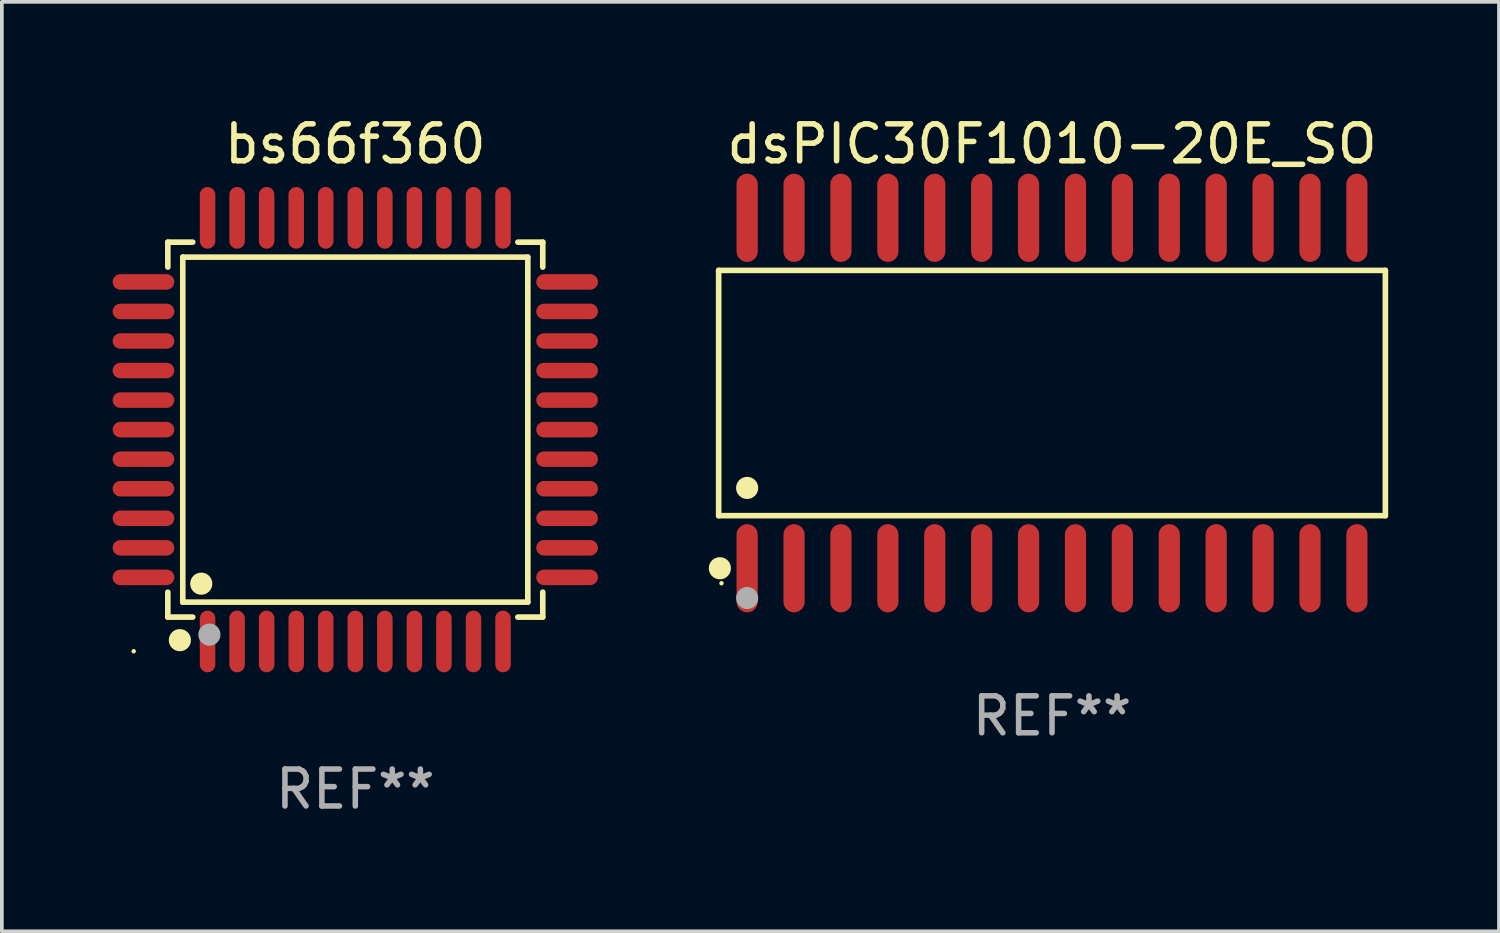
<source format=kicad_pcb>
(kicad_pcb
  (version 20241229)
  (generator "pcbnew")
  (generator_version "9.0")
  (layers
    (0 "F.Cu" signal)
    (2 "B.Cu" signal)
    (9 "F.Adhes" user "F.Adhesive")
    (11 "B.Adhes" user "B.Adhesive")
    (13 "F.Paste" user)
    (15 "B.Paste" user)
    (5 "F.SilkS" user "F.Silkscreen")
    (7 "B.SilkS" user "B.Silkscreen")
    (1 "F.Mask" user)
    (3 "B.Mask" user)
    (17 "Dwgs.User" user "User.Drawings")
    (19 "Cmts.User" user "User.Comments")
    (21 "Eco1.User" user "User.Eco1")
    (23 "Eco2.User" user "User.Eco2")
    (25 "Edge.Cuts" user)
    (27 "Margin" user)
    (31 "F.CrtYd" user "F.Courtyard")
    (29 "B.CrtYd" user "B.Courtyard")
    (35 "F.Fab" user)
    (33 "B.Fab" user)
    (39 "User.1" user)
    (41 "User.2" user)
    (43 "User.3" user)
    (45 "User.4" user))
  (footprint "dsPIC30F1010-20E_SO"
    (layer "F.Cu")
    (at 25.435 7.592)
    (property "Reference" "dsPIC30F1010-20E_SO" (at 0 -6.744 0) (layer "F.SilkS") (effects (font (size 1 1) (thickness 0.15))))
    (attr through_hole)
    (fp_line (start -9.026 -3.321) (end 9.026 -3.321) (stroke (width 0.152) (type solid)) (layer "F.SilkS"))
    (fp_line (start -9.026 3.321) (end -9.026 -3.321) (stroke (width 0.152) (type solid)) (layer "F.SilkS"))
    (fp_line (start 9.026 -3.321) (end 9.026 3.321) (stroke (width 0.152) (type solid)) (layer "F.SilkS"))
    (fp_line (start 9.026 3.321) (end -9.026 3.321) (stroke (width 0.152) (type solid)) (layer "F.SilkS"))
    (fp_circle (center -8.994 4.744) (end -8.844 4.744) (stroke (width 0.3) (type solid)) (fill no) (layer "F.SilkS"))
    (fp_circle (center -8.95 5.15) (end -8.92 5.15) (stroke (width 0.06) (type solid)) (fill no) (layer "F.SilkS"))
    (fp_circle (center -8.255 2.569) (end -8.105 2.569) (stroke (width 0.3) (type solid)) (fill no) (layer "F.SilkS"))
    (fp_circle (center -8.255 5.55) (end -8.105 5.55) (stroke (width 0.3) (type solid)) (fill no) (layer "F.Fab"))
    (fp_text user "REF**" (at 0 8.744 0) (layer "F.Fab") (effects (font (size 1 1) (thickness 0.15))))
    (pad "1" smd oval (at -8.255 4.744) (size 0.574 2.388) (layers "F.Cu" "F.Mask" "F.Paste"))
    (pad "2" smd oval (at -6.985 4.744) (size 0.574 2.388) (layers "F.Cu" "F.Mask" "F.Paste"))
    (pad "3" smd oval (at -5.715 4.744) (size 0.574 2.388) (layers "F.Cu" "F.Mask" "F.Paste"))
    (pad "4" smd oval (at -4.445 4.744) (size 0.574 2.388) (layers "F.Cu" "F.Mask" "F.Paste"))
    (pad "5" smd oval (at -3.175 4.744) (size 0.574 2.388) (layers "F.Cu" "F.Mask" "F.Paste"))
    (pad "6" smd oval (at -1.905 4.744) (size 0.574 2.388) (layers "F.Cu" "F.Mask" "F.Paste"))
    (pad "7" smd oval (at -0.635 4.744) (size 0.574 2.388) (layers "F.Cu" "F.Mask" "F.Paste"))
    (pad "8" smd oval (at 0.635 4.744) (size 0.574 2.388) (layers "F.Cu" "F.Mask" "F.Paste"))
    (pad "9" smd oval (at 1.905 4.744) (size 0.574 2.388) (layers "F.Cu" "F.Mask" "F.Paste"))
    (pad "10" smd oval (at 3.175 4.744) (size 0.574 2.388) (layers "F.Cu" "F.Mask" "F.Paste"))
    (pad "11" smd oval (at 4.445 4.744) (size 0.574 2.388) (layers "F.Cu" "F.Mask" "F.Paste"))
    (pad "12" smd oval (at 5.715 4.744) (size 0.574 2.388) (layers "F.Cu" "F.Mask" "F.Paste"))
    (pad "13" smd oval (at 6.985 4.744) (size 0.574 2.388) (layers "F.Cu" "F.Mask" "F.Paste"))
    (pad "14" smd oval (at 8.255 4.744) (size 0.574 2.388) (layers "F.Cu" "F.Mask" "F.Paste"))
    (pad "15" smd oval (at 8.255 -4.744) (size 0.574 2.388) (layers "F.Cu" "F.Mask" "F.Paste"))
    (pad "16" smd oval (at 6.985 -4.744) (size 0.574 2.388) (layers "F.Cu" "F.Mask" "F.Paste"))
    (pad "17" smd oval (at 5.715 -4.744) (size 0.574 2.388) (layers "F.Cu" "F.Mask" "F.Paste"))
    (pad "18" smd oval (at 4.445 -4.744) (size 0.574 2.388) (layers "F.Cu" "F.Mask" "F.Paste"))
    (pad "19" smd oval (at 3.175 -4.744) (size 0.574 2.388) (layers "F.Cu" "F.Mask" "F.Paste"))
    (pad "20" smd oval (at 1.905 -4.744) (size 0.574 2.388) (layers "F.Cu" "F.Mask" "F.Paste"))
    (pad "21" smd oval (at 0.635 -4.744) (size 0.574 2.388) (layers "F.Cu" "F.Mask" "F.Paste"))
    (pad "22" smd oval (at -0.635 -4.744) (size 0.574 2.388) (layers "F.Cu" "F.Mask" "F.Paste"))
    (pad "23" smd oval (at -1.905 -4.744) (size 0.574 2.388) (layers "F.Cu" "F.Mask" "F.Paste"))
    (pad "24" smd oval (at -3.175 -4.744) (size 0.574 2.388) (layers "F.Cu" "F.Mask" "F.Paste"))
    (pad "25" smd oval (at -4.445 -4.744) (size 0.574 2.388) (layers "F.Cu" "F.Mask" "F.Paste"))
    (pad "26" smd oval (at -5.715 -4.744) (size 0.574 2.388) (layers "F.Cu" "F.Mask" "F.Paste"))
    (pad "27" smd oval (at -6.985 -4.744) (size 0.574 2.388) (layers "F.Cu" "F.Mask" "F.Paste"))
    (pad "28" smd oval (at -8.255 -4.744) (size 0.574 2.388) (layers "F.Cu" "F.Mask" "F.Paste")))
  (footprint "bs66f360"
    (layer "F.Cu")
    (at 6.57 8.583)
    (property "Reference" "bs66f360" (at 0 -7.735 0) (layer "F.SilkS") (effects (font (size 1 1) (thickness 0.15))))
    (attr through_hole)
    (fp_line (start -5.076 -5.076) (end -4.401 -5.076) (stroke (width 0.152) (type solid)) (layer "F.SilkS"))
    (fp_line (start -5.076 -4.401) (end -5.076 -5.076) (stroke (width 0.152) (type solid)) (layer "F.SilkS"))
    (fp_line (start -5.076 4.401) (end -5.076 5.076) (stroke (width 0.152) (type solid)) (layer "F.SilkS"))
    (fp_line (start -5.076 5.076) (end -4.401 5.076) (stroke (width 0.152) (type solid)) (layer "F.SilkS"))
    (fp_line (start -4.671 -4.671) (end 4.671 -4.671) (stroke (width 0.152) (type solid)) (layer "F.SilkS"))
    (fp_line (start -4.671 4.671) (end -4.671 -4.671) (stroke (width 0.152) (type solid)) (layer "F.SilkS"))
    (fp_line (start 4.671 -4.671) (end 4.671 4.671) (stroke (width 0.152) (type solid)) (layer "F.SilkS"))
    (fp_line (start 4.671 4.671) (end -4.671 4.671) (stroke (width 0.152) (type solid)) (layer "F.SilkS"))
    (fp_line (start 5.076 -5.076) (end 4.401 -5.076) (stroke (width 0.152) (type solid)) (layer "F.SilkS"))
    (fp_line (start 5.076 -4.401) (end 5.076 -5.076) (stroke (width 0.152) (type solid)) (layer "F.SilkS"))
    (fp_line (start 5.076 4.401) (end 5.076 5.076) (stroke (width 0.152) (type solid)) (layer "F.SilkS"))
    (fp_line (start 5.076 5.076) (end 4.401 5.076) (stroke (width 0.152) (type solid)) (layer "F.SilkS"))
    (fp_circle (center -6 6) (end -5.97 6) (stroke (width 0.06) (type solid)) (fill no) (layer "F.SilkS"))
    (fp_circle (center -4.75 5.7) (end -4.6 5.7) (stroke (width 0.3) (type solid)) (fill no) (layer "F.SilkS"))
    (fp_circle (center -4.171 4.171) (end -4.021 4.171) (stroke (width 0.3) (type solid)) (fill no) (layer "F.SilkS"))
    (fp_circle (center -3.95 5.55) (end -3.8 5.55) (stroke (width 0.3) (type solid)) (fill no) (layer "F.Fab"))
    (fp_text user "REF**" (at 0 9.735 0) (layer "F.Fab") (effects (font (size 1 1) (thickness 0.15))))
    (pad "1" smd oval (at -4 5.735) (size 0.42 1.67) (layers "F.Cu" "F.Mask" "F.Paste"))
    (pad "2" smd oval (at -3.2 5.735) (size 0.42 1.67) (layers "F.Cu" "F.Mask" "F.Paste"))
    (pad "3" smd oval (at -2.4 5.735) (size 0.42 1.67) (layers "F.Cu" "F.Mask" "F.Paste"))
    (pad "4" smd oval (at -1.6 5.735) (size 0.42 1.67) (layers "F.Cu" "F.Mask" "F.Paste"))
    (pad "5" smd oval (at -0.8 5.735) (size 0.42 1.67) (layers "F.Cu" "F.Mask" "F.Paste"))
    (pad "6" smd oval (at 0 5.735) (size 0.42 1.67) (layers "F.Cu" "F.Mask" "F.Paste"))
    (pad "7" smd oval (at 0.8 5.735) (size 0.42 1.67) (layers "F.Cu" "F.Mask" "F.Paste"))
    (pad "8" smd oval (at 1.6 5.735) (size 0.42 1.67) (layers "F.Cu" "F.Mask" "F.Paste"))
    (pad "9" smd oval (at 2.4 5.735) (size 0.42 1.67) (layers "F.Cu" "F.Mask" "F.Paste"))
    (pad "10" smd oval (at 3.2 5.735) (size 0.42 1.67) (layers "F.Cu" "F.Mask" "F.Paste"))
    (pad "11" smd oval (at 4 5.735) (size 0.42 1.67) (layers "F.Cu" "F.Mask" "F.Paste"))
    (pad "12" smd oval (at 5.735 4) (size 1.67 0.42) (layers "F.Cu" "F.Mask" "F.Paste"))
    (pad "13" smd oval (at 5.735 3.2) (size 1.67 0.42) (layers "F.Cu" "F.Mask" "F.Paste"))
    (pad "14" smd oval (at 5.735 2.4) (size 1.67 0.42) (layers "F.Cu" "F.Mask" "F.Paste"))
    (pad "15" smd oval (at 5.735 1.6) (size 1.67 0.42) (layers "F.Cu" "F.Mask" "F.Paste"))
    (pad "16" smd oval (at 5.735 0.8) (size 1.67 0.42) (layers "F.Cu" "F.Mask" "F.Paste"))
    (pad "17" smd oval (at 5.735 0) (size 1.67 0.42) (layers "F.Cu" "F.Mask" "F.Paste"))
    (pad "18" smd oval (at 5.735 -0.8) (size 1.67 0.42) (layers "F.Cu" "F.Mask" "F.Paste"))
    (pad "19" smd oval (at 5.735 -1.6) (size 1.67 0.42) (layers "F.Cu" "F.Mask" "F.Paste"))
    (pad "20" smd oval (at 5.735 -2.4) (size 1.67 0.42) (layers "F.Cu" "F.Mask" "F.Paste"))
    (pad "21" smd oval (at 5.735 -3.2) (size 1.67 0.42) (layers "F.Cu" "F.Mask" "F.Paste"))
    (pad "22" smd oval (at 5.735 -4) (size 1.67 0.42) (layers "F.Cu" "F.Mask" "F.Paste"))
    (pad "23" smd oval (at 4 -5.735) (size 0.42 1.67) (layers "F.Cu" "F.Mask" "F.Paste"))
    (pad "24" smd oval (at 3.2 -5.735) (size 0.42 1.67) (layers "F.Cu" "F.Mask" "F.Paste"))
    (pad "25" smd oval (at 2.4 -5.735) (size 0.42 1.67) (layers "F.Cu" "F.Mask" "F.Paste"))
    (pad "26" smd oval (at 1.6 -5.735) (size 0.42 1.67) (layers "F.Cu" "F.Mask" "F.Paste"))
    (pad "27" smd oval (at 0.8 -5.735) (size 0.42 1.67) (layers "F.Cu" "F.Mask" "F.Paste"))
    (pad "28" smd oval (at 0 -5.735) (size 0.42 1.67) (layers "F.Cu" "F.Mask" "F.Paste"))
    (pad "29" smd oval (at -0.8 -5.735) (size 0.42 1.67) (layers "F.Cu" "F.Mask" "F.Paste"))
    (pad "30" smd oval (at -1.6 -5.735) (size 0.42 1.67) (layers "F.Cu" "F.Mask" "F.Paste"))
    (pad "31" smd oval (at -2.4 -5.735) (size 0.42 1.67) (layers "F.Cu" "F.Mask" "F.Paste"))
    (pad "32" smd oval (at -3.2 -5.735) (size 0.42 1.67) (layers "F.Cu" "F.Mask" "F.Paste"))
    (pad "33" smd oval (at -4 -5.735) (size 0.42 1.67) (layers "F.Cu" "F.Mask" "F.Paste"))
    (pad "34" smd oval (at -5.735 -4) (size 1.67 0.42) (layers "F.Cu" "F.Mask" "F.Paste"))
    (pad "35" smd oval (at -5.735 -3.2) (size 1.67 0.42) (layers "F.Cu" "F.Mask" "F.Paste"))
    (pad "36" smd oval (at -5.735 -2.4) (size 1.67 0.42) (layers "F.Cu" "F.Mask" "F.Paste"))
    (pad "37" smd oval (at -5.735 -1.6) (size 1.67 0.42) (layers "F.Cu" "F.Mask" "F.Paste"))
    (pad "38" smd oval (at -5.735 -0.8) (size 1.67 0.42) (layers "F.Cu" "F.Mask" "F.Paste"))
    (pad "39" smd oval (at -5.735 0) (size 1.67 0.42) (layers "F.Cu" "F.Mask" "F.Paste"))
    (pad "40" smd oval (at -5.735 0.8) (size 1.67 0.42) (layers "F.Cu" "F.Mask" "F.Paste"))
    (pad "41" smd oval (at -5.735 1.6) (size 1.67 0.42) (layers "F.Cu" "F.Mask" "F.Paste"))
    (pad "42" smd oval (at -5.735 2.4) (size 1.67 0.42) (layers "F.Cu" "F.Mask" "F.Paste"))
    (pad "43" smd oval (at -5.735 3.2) (size 1.67 0.42) (layers "F.Cu" "F.Mask" "F.Paste"))
    (pad "44" smd oval (at -5.735 4) (size 1.67 0.42) (layers "F.Cu" "F.Mask" "F.Paste")))
  (gr_rect
    (start -3 -3)
    (end 37.537 22.167)
    (stroke (width 0.1) (type default))
    (fill no)
    (layer "Edge.Cuts")))
</source>
